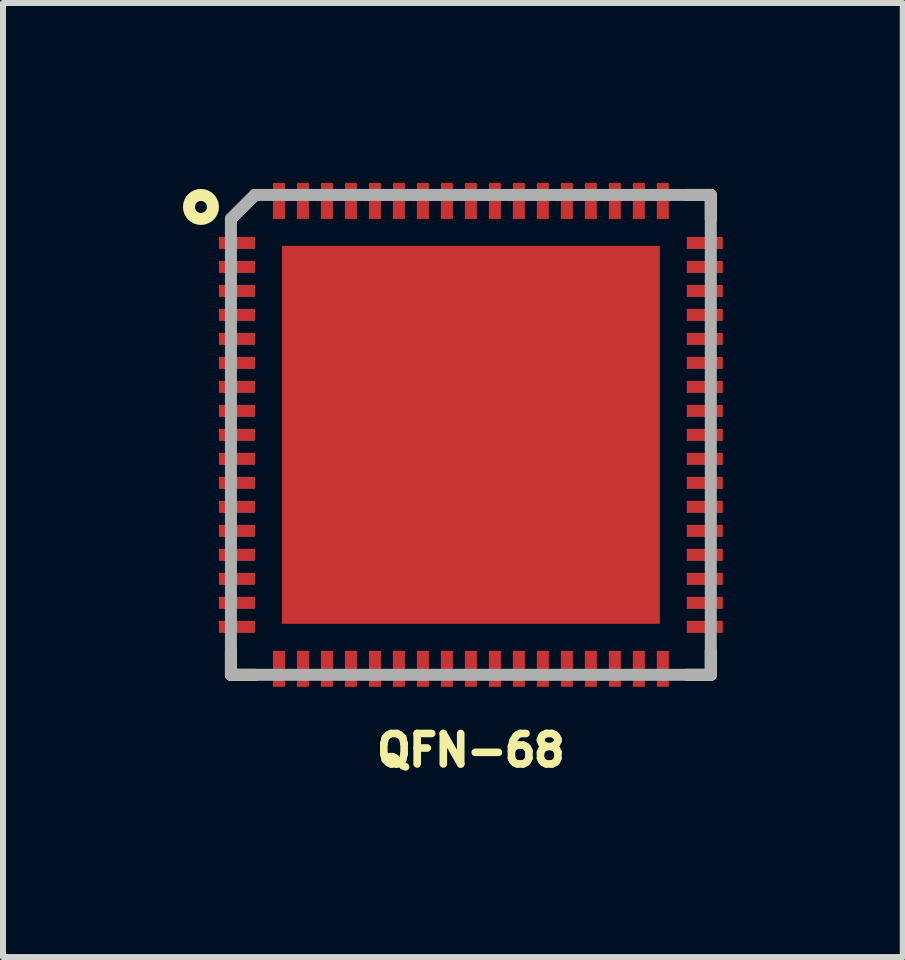
<source format=kicad_pcb>
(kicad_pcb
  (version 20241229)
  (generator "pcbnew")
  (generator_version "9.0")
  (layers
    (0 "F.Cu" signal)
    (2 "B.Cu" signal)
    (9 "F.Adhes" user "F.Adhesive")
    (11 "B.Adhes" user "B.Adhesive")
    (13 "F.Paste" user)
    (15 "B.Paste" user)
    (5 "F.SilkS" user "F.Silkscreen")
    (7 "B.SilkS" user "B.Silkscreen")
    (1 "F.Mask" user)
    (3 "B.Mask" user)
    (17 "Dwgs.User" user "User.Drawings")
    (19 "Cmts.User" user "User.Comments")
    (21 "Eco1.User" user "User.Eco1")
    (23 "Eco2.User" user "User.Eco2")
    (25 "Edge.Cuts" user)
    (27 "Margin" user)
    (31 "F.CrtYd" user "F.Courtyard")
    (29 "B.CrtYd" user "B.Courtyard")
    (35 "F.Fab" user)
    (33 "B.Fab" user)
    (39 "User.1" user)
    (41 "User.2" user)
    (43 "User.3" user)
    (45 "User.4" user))
  (footprint "QFN-68"
    (layer "F.Cu")
    (at 4.8 4.2)
    (property "Reference" "QFN-68" (at 0 5.555 0) (unlocked yes) (layer "F.SilkS") (effects (font (size 0.508 0.508) (thickness 0.127)) (justify bottom)))
    (fp_line (start -4 -3.6) (end -3.6 -4) (stroke (width 0.2) (type solid)) (layer "F.SilkS"))
    (fp_line (start -4 3.6) (end -4 4) (stroke (width 0.2) (type solid)) (layer "F.SilkS"))
    (fp_line (start -4 4) (end -3.6 4) (stroke (width 0.2) (type solid)) (layer "F.SilkS"))
    (fp_line (start 3.6 -4) (end 4 -4) (stroke (width 0.2) (type solid)) (layer "F.SilkS"))
    (fp_line (start 3.6 4) (end 4 4) (stroke (width 0.2) (type solid)) (layer "F.SilkS"))
    (fp_line (start 4 -4) (end 4 -3.6) (stroke (width 0.2) (type solid)) (layer "F.SilkS"))
    (fp_line (start 4 4) (end 4 3.6) (stroke (width 0.2) (type solid)) (layer "F.SilkS"))
    (fp_circle (center -4.5 -3.8) (end -4.3 -3.8) (stroke (width 0.2) (type solid)) (fill no) (layer "F.SilkS"))
    (fp_poly (pts (xy -2.5 -1.5) (xy -1.5 -1.5) (xy -1.5 -2.5) (xy -2.5 -2.5)) (stroke (width 0) (type default)) (fill yes) (layer "F.Paste"))
    (fp_poly (pts (xy -2.5 0.5) (xy -1.5 0.5) (xy -1.5 -0.5) (xy -2.5 -0.5)) (stroke (width 0) (type default)) (fill yes) (layer "F.Paste"))
    (fp_poly (pts (xy -2.5 2.5) (xy -1.5 2.5) (xy -1.5 1.5) (xy -2.5 1.5)) (stroke (width 0) (type default)) (fill yes) (layer "F.Paste"))
    (fp_poly (pts (xy -0.5 -1.5) (xy 0.5 -1.5) (xy 0.5 -2.5) (xy -0.5 -2.5)) (stroke (width 0) (type default)) (fill yes) (layer "F.Paste"))
    (fp_poly (pts (xy -0.5 0.5) (xy 0.5 0.5) (xy 0.5 -0.5) (xy -0.5 -0.5)) (stroke (width 0) (type default)) (fill yes) (layer "F.Paste"))
    (fp_poly (pts (xy -0.5 2.5) (xy 0.5 2.5) (xy 0.5 1.5) (xy -0.5 1.5)) (stroke (width 0) (type default)) (fill yes) (layer "F.Paste"))
    (fp_poly (pts (xy 1.5 -1.5) (xy 2.5 -1.5) (xy 2.5 -2.5) (xy 1.5 -2.5)) (stroke (width 0) (type default)) (fill yes) (layer "F.Paste"))
    (fp_poly (pts (xy 1.5 0.5) (xy 2.5 0.5) (xy 2.5 -0.5) (xy 1.5 -0.5)) (stroke (width 0) (type default)) (fill yes) (layer "F.Paste"))
    (fp_poly (pts (xy 1.5 2.5) (xy 2.5 2.5) (xy 2.5 1.5) (xy 1.5 1.5)) (stroke (width 0) (type default)) (fill yes) (layer "F.Paste"))
    (fp_line (start -4 -3.6) (end -4 4) (stroke (width 0.2) (type solid)) (layer "F.Fab"))
    (fp_line (start -4 -3.6) (end -3.6 -4) (stroke (width 0.2) (type solid)) (layer "F.Fab"))
    (fp_line (start -4 4) (end 4 4) (stroke (width 0.2) (type solid)) (layer "F.Fab"))
    (fp_line (start 4 -4) (end -3.6 -4) (stroke (width 0.2) (type solid)) (layer "F.Fab"))
    (fp_line (start 4 4) (end 4 -4) (stroke (width 0.2) (type solid)) (layer "F.Fab"))
    (pad "1" smd rect (at -3.9 -3.2 180) (size 0.6 0.2) (layers "F.Cu" "F.Mask" "F.Paste"))
    (pad "2" smd rect (at -3.9 -2.8 180) (size 0.6 0.2) (layers "F.Cu" "F.Mask" "F.Paste"))
    (pad "3" smd rect (at -3.9 -2.4 180) (size 0.6 0.2) (layers "F.Cu" "F.Mask" "F.Paste"))
    (pad "4" smd rect (at -3.9 -2 180) (size 0.6 0.2) (layers "F.Cu" "F.Mask" "F.Paste"))
    (pad "5" smd rect (at -3.9 -1.6 180) (size 0.6 0.2) (layers "F.Cu" "F.Mask" "F.Paste"))
    (pad "6" smd rect (at -3.9 -1.2 180) (size 0.6 0.2) (layers "F.Cu" "F.Mask" "F.Paste"))
    (pad "7" smd rect (at -3.9 -0.8 180) (size 0.6 0.2) (layers "F.Cu" "F.Mask" "F.Paste"))
    (pad "8" smd rect (at -3.9 -0.4 180) (size 0.6 0.2) (layers "F.Cu" "F.Mask" "F.Paste"))
    (pad "9" smd rect (at -3.9 0 180) (size 0.6 0.2) (layers "F.Cu" "F.Mask" "F.Paste"))
    (pad "10" smd rect (at -3.9 0.4 180) (size 0.6 0.2) (layers "F.Cu" "F.Mask" "F.Paste"))
    (pad "11" smd rect (at -3.9 0.8 180) (size 0.6 0.2) (layers "F.Cu" "F.Mask" "F.Paste"))
    (pad "12" smd rect (at -3.9 1.2 180) (size 0.6 0.2) (layers "F.Cu" "F.Mask" "F.Paste"))
    (pad "13" smd rect (at -3.9 1.6 180) (size 0.6 0.2) (layers "F.Cu" "F.Mask" "F.Paste"))
    (pad "14" smd rect (at -3.9 2 180) (size 0.6 0.2) (layers "F.Cu" "F.Mask" "F.Paste"))
    (pad "15" smd rect (at -3.9 2.4 180) (size 0.6 0.2) (layers "F.Cu" "F.Mask" "F.Paste"))
    (pad "16" smd rect (at -3.9 2.8 180) (size 0.6 0.2) (layers "F.Cu" "F.Mask" "F.Paste"))
    (pad "17" smd rect (at -3.9 3.2 180) (size 0.6 0.2) (layers "F.Cu" "F.Mask" "F.Paste"))
    (pad "18" smd rect (at -3.2 3.9 270) (size 0.6 0.2) (layers "F.Cu" "F.Mask" "F.Paste"))
    (pad "19" smd rect (at -2.8 3.9 270) (size 0.6 0.2) (layers "F.Cu" "F.Mask" "F.Paste"))
    (pad "20" smd rect (at -2.4 3.9 270) (size 0.6 0.2) (layers "F.Cu" "F.Mask" "F.Paste"))
    (pad "21" smd rect (at -2 3.9 270) (size 0.6 0.2) (layers "F.Cu" "F.Mask" "F.Paste"))
    (pad "22" smd rect (at -1.6 3.9 270) (size 0.6 0.2) (layers "F.Cu" "F.Mask" "F.Paste"))
    (pad "23" smd rect (at -1.2 3.9 270) (size 0.6 0.2) (layers "F.Cu" "F.Mask" "F.Paste"))
    (pad "24" smd rect (at -0.8 3.9 270) (size 0.6 0.2) (layers "F.Cu" "F.Mask" "F.Paste"))
    (pad "25" smd rect (at -0.4 3.9 270) (size 0.6 0.2) (layers "F.Cu" "F.Mask" "F.Paste"))
    (pad "26" smd rect (at 0 3.9 270) (size 0.6 0.2) (layers "F.Cu" "F.Mask" "F.Paste"))
    (pad "27" smd rect (at 0.4 3.9 270) (size 0.6 0.2) (layers "F.Cu" "F.Mask" "F.Paste"))
    (pad "28" smd rect (at 0.8 3.9 270) (size 0.6 0.2) (layers "F.Cu" "F.Mask" "F.Paste"))
    (pad "29" smd rect (at 1.2 3.9 270) (size 0.6 0.2) (layers "F.Cu" "F.Mask" "F.Paste"))
    (pad "30" smd rect (at 1.6 3.9 270) (size 0.6 0.2) (layers "F.Cu" "F.Mask" "F.Paste"))
    (pad "31" smd rect (at 2 3.9 270) (size 0.6 0.2) (layers "F.Cu" "F.Mask" "F.Paste"))
    (pad "32" smd rect (at 2.4 3.9 270) (size 0.6 0.2) (layers "F.Cu" "F.Mask" "F.Paste"))
    (pad "33" smd rect (at 2.8 3.9 270) (size 0.6 0.2) (layers "F.Cu" "F.Mask" "F.Paste"))
    (pad "34" smd rect (at 3.2 3.9 270) (size 0.6 0.2) (layers "F.Cu" "F.Mask" "F.Paste"))
    (pad "35" smd rect (at 3.9 3.2) (size 0.6 0.2) (layers "F.Cu" "F.Mask" "F.Paste"))
    (pad "36" smd rect (at 3.9 2.8) (size 0.6 0.2) (layers "F.Cu" "F.Mask" "F.Paste"))
    (pad "37" smd rect (at 3.9 2.4) (size 0.6 0.2) (layers "F.Cu" "F.Mask" "F.Paste"))
    (pad "38" smd rect (at 3.9 2) (size 0.6 0.2) (layers "F.Cu" "F.Mask" "F.Paste"))
    (pad "39" smd rect (at 3.9 1.6) (size 0.6 0.2) (layers "F.Cu" "F.Mask" "F.Paste"))
    (pad "40" smd rect (at 3.9 1.2) (size 0.6 0.2) (layers "F.Cu" "F.Mask" "F.Paste"))
    (pad "41" smd rect (at 3.9 0.8) (size 0.6 0.2) (layers "F.Cu" "F.Mask" "F.Paste"))
    (pad "42" smd rect (at 3.9 0.4) (size 0.6 0.2) (layers "F.Cu" "F.Mask" "F.Paste"))
    (pad "43" smd rect (at 3.9 0) (size 0.6 0.2) (layers "F.Cu" "F.Mask" "F.Paste"))
    (pad "44" smd rect (at 3.9 -0.4) (size 0.6 0.2) (layers "F.Cu" "F.Mask" "F.Paste"))
    (pad "45" smd rect (at 3.9 -0.8) (size 0.6 0.2) (layers "F.Cu" "F.Mask" "F.Paste"))
    (pad "46" smd rect (at 3.9 -1.2) (size 0.6 0.2) (layers "F.Cu" "F.Mask" "F.Paste"))
    (pad "47" smd rect (at 3.9 -1.6) (size 0.6 0.2) (layers "F.Cu" "F.Mask" "F.Paste"))
    (pad "48" smd rect (at 3.9 -2) (size 0.6 0.2) (layers "F.Cu" "F.Mask" "F.Paste"))
    (pad "49" smd rect (at 3.9 -2.4) (size 0.6 0.2) (layers "F.Cu" "F.Mask" "F.Paste"))
    (pad "50" smd rect (at 3.9 -2.8) (size 0.6 0.2) (layers "F.Cu" "F.Mask" "F.Paste"))
    (pad "51" smd rect (at 3.9 -3.2) (size 0.6 0.2) (layers "F.Cu" "F.Mask" "F.Paste"))
    (pad "52" smd rect (at 3.2 -3.9 90) (size 0.6 0.2) (layers "F.Cu" "F.Mask" "F.Paste"))
    (pad "53" smd rect (at 2.8 -3.9 90) (size 0.6 0.2) (layers "F.Cu" "F.Mask" "F.Paste"))
    (pad "54" smd rect (at 2.4 -3.9 90) (size 0.6 0.2) (layers "F.Cu" "F.Mask" "F.Paste"))
    (pad "55" smd rect (at 2 -3.9 90) (size 0.6 0.2) (layers "F.Cu" "F.Mask" "F.Paste"))
    (pad "56" smd rect (at 1.6 -3.9 90) (size 0.6 0.2) (layers "F.Cu" "F.Mask" "F.Paste"))
    (pad "57" smd rect (at 1.2 -3.9 90) (size 0.6 0.2) (layers "F.Cu" "F.Mask" "F.Paste"))
    (pad "58" smd rect (at 0.8 -3.9 90) (size 0.6 0.2) (layers "F.Cu" "F.Mask" "F.Paste"))
    (pad "59" smd rect (at 0.4 -3.9 90) (size 0.6 0.2) (layers "F.Cu" "F.Mask" "F.Paste"))
    (pad "60" smd rect (at 0 -3.9 90) (size 0.6 0.2) (layers "F.Cu" "F.Mask" "F.Paste"))
    (pad "61" smd rect (at -0.4 -3.9 90) (size 0.6 0.2) (layers "F.Cu" "F.Mask" "F.Paste"))
    (pad "62" smd rect (at -0.8 -3.9 90) (size 0.6 0.2) (layers "F.Cu" "F.Mask" "F.Paste"))
    (pad "63" smd rect (at -1.2 -3.9 90) (size 0.6 0.2) (layers "F.Cu" "F.Mask" "F.Paste"))
    (pad "64" smd rect (at -1.6 -3.9 90) (size 0.6 0.2) (layers "F.Cu" "F.Mask" "F.Paste"))
    (pad "65" smd rect (at -2 -3.9 90) (size 0.6 0.2) (layers "F.Cu" "F.Mask" "F.Paste"))
    (pad "66" smd rect (at -2.4 -3.9 90) (size 0.6 0.2) (layers "F.Cu" "F.Mask" "F.Paste"))
    (pad "67" smd rect (at -2.8 -3.9 90) (size 0.6 0.2) (layers "F.Cu" "F.Mask" "F.Paste"))
    (pad "68" smd rect (at -3.2 -3.9 90) (size 0.6 0.2) (layers "F.Cu" "F.Mask" "F.Paste"))
    (pad "69" smd rect (at 0 0) (size 6.3 6.3) (layers "F.Cu" "F.Mask")))
  (gr_rect
    (start -3 -3)
    (end 12 12.906)
    (stroke (width 0.1) (type default))
    (fill no)
    (layer "Edge.Cuts")))
</source>
